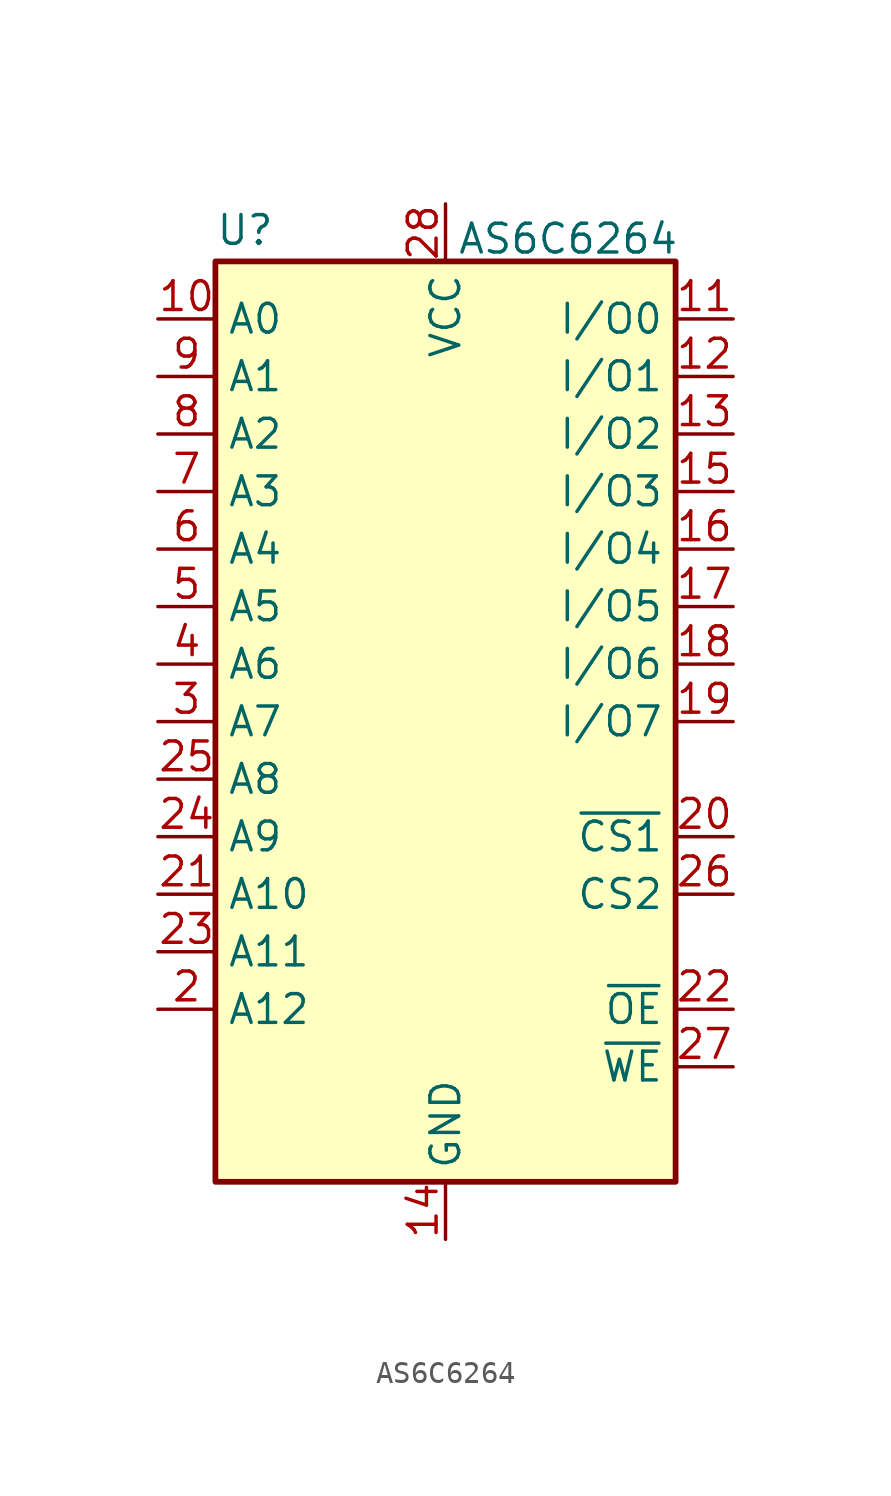
<source format=kicad_sym>
(kicad_symbol_lib
  (version 20241209)
  (generator "kicad_symbol_editor")
  (generator_version "9.0")
  (symbol "AS6C6264"
    (property "Reference" "U"
      (at -10.16 20.955 0)
      (effects (font (size 1.27 1.27)) (justify left bottom)))
    (property "Value" "AS6C6264"
      (at 0.508 20.574 0)
      (effects (font (size 1.27 1.27)) (justify left bottom)))
    (symbol "AS6C6264_0_0"
      (pin power_in line (at 0 22.86 270) (length 2.54) (name "VCC" (effects (font (size 1.27 1.27)))) (number "28" (effects (font (size 1.27 1.27)))))
      (pin power_in line (at 0 -22.86 90) (length 2.54) (name "GND" (effects (font (size 1.27 1.27)))) (number "14" (effects (font (size 1.27 1.27))))))
    (symbol "AS6C6264_0_1"
      (rectangle (start -10.16 20.32) (end 10.16 -20.32) (stroke (width 0.254) (type default)) (fill (type background))))
    (symbol "AS6C6264_1_1"
      (pin input line (at -12.7 17.78 0) (length 2.54) (name "A0" (effects (font (size 1.27 1.27)))) (number "10" (effects (font (size 1.27 1.27)))))
      (pin input line (at -12.7 15.24 0) (length 2.54) (name "A1" (effects (font (size 1.27 1.27)))) (number "9" (effects (font (size 1.27 1.27)))))
      (pin input line (at -12.7 12.7 0) (length 2.54) (name "A2" (effects (font (size 1.27 1.27)))) (number "8" (effects (font (size 1.27 1.27)))))
      (pin input line (at -12.7 10.16 0) (length 2.54) (name "A3" (effects (font (size 1.27 1.27)))) (number "7" (effects (font (size 1.27 1.27)))))
      (pin input line (at -12.7 7.62 0) (length 2.54) (name "A4" (effects (font (size 1.27 1.27)))) (number "6" (effects (font (size 1.27 1.27)))))
      (pin input line (at -12.7 5.08 0) (length 2.54) (name "A5" (effects (font (size 1.27 1.27)))) (number "5" (effects (font (size 1.27 1.27)))))
      (pin input line (at -12.7 2.54 0) (length 2.54) (name "A6" (effects (font (size 1.27 1.27)))) (number "4" (effects (font (size 1.27 1.27)))))
      (pin input line (at -12.7 0 0) (length 2.54) (name "A7" (effects (font (size 1.27 1.27)))) (number "3" (effects (font (size 1.27 1.27)))))
      (pin input line (at -12.7 -2.54 0) (length 2.54) (name "A8" (effects (font (size 1.27 1.27)))) (number "25" (effects (font (size 1.27 1.27)))))
      (pin input line (at -12.7 -5.08 0) (length 2.54) (name "A9" (effects (font (size 1.27 1.27)))) (number "24" (effects (font (size 1.27 1.27)))))
      (pin input line (at -12.7 -7.62 0) (length 2.54) (name "A10" (effects (font (size 1.27 1.27)))) (number "21" (effects (font (size 1.27 1.27)))))
      (pin input line (at -12.7 -10.16 0) (length 2.54) (name "A11" (effects (font (size 1.27 1.27)))) (number "23" (effects (font (size 1.27 1.27)))))
      (pin input line (at -12.7 -12.7 0) (length 2.54) (name "A12" (effects (font (size 1.27 1.27)))) (number "2" (effects (font (size 1.27 1.27)))))
      (pin no_connect line (at 0 0 0) (length 2.54) (hide yes) (name "NC" (effects (font (size 1.27 1.27)))) (number "1" (effects (font (size 1.27 1.27)))))
      (pin tri_state line (at 12.7 17.78 180) (length 2.54) (name "I/O0" (effects (font (size 1.27 1.27)))) (number "11" (effects (font (size 1.27 1.27)))))
      (pin tri_state line (at 12.7 15.24 180) (length 2.54) (name "I/O1" (effects (font (size 1.27 1.27)))) (number "12" (effects (font (size 1.27 1.27)))))
      (pin tri_state line (at 12.7 12.7 180) (length 2.54) (name "I/O2" (effects (font (size 1.27 1.27)))) (number "13" (effects (font (size 1.27 1.27)))))
      (pin tri_state line (at 12.7 10.16 180) (length 2.54) (name "I/O3" (effects (font (size 1.27 1.27)))) (number "15" (effects (font (size 1.27 1.27)))))
      (pin tri_state line (at 12.7 7.62 180) (length 2.54) (name "I/O4" (effects (font (size 1.27 1.27)))) (number "16" (effects (font (size 1.27 1.27)))))
      (pin tri_state line (at 12.7 5.08 180) (length 2.54) (name "I/O5" (effects (font (size 1.27 1.27)))) (number "17" (effects (font (size 1.27 1.27)))))
      (pin tri_state line (at 12.7 2.54 180) (length 2.54) (name "I/O6" (effects (font (size 1.27 1.27)))) (number "18" (effects (font (size 1.27 1.27)))))
      (pin tri_state line (at 12.7 0 180) (length 2.54) (name "I/O7" (effects (font (size 1.27 1.27)))) (number "19" (effects (font (size 1.27 1.27)))))
      (pin input line (at 12.7 -5.08 180) (length 2.54) (name "~{CS1}" (effects (font (size 1.27 1.27)))) (number "20" (effects (font (size 1.27 1.27)))))
      (pin input line (at 12.7 -7.62 180) (length 2.54) (name "CS2" (effects (font (size 1.27 1.27)))) (number "26" (effects (font (size 1.27 1.27)))))
      (pin input line (at 12.7 -12.7 180) (length 2.54) (name "~{OE}" (effects (font (size 1.27 1.27)))) (number "22" (effects (font (size 1.27 1.27)))))
      (pin input line (at 12.7 -15.24 180) (length 2.54) (name "~{WE}" (effects (font (size 1.27 1.27)))) (number "27" (effects (font (size 1.27 1.27))))))))
</source>
